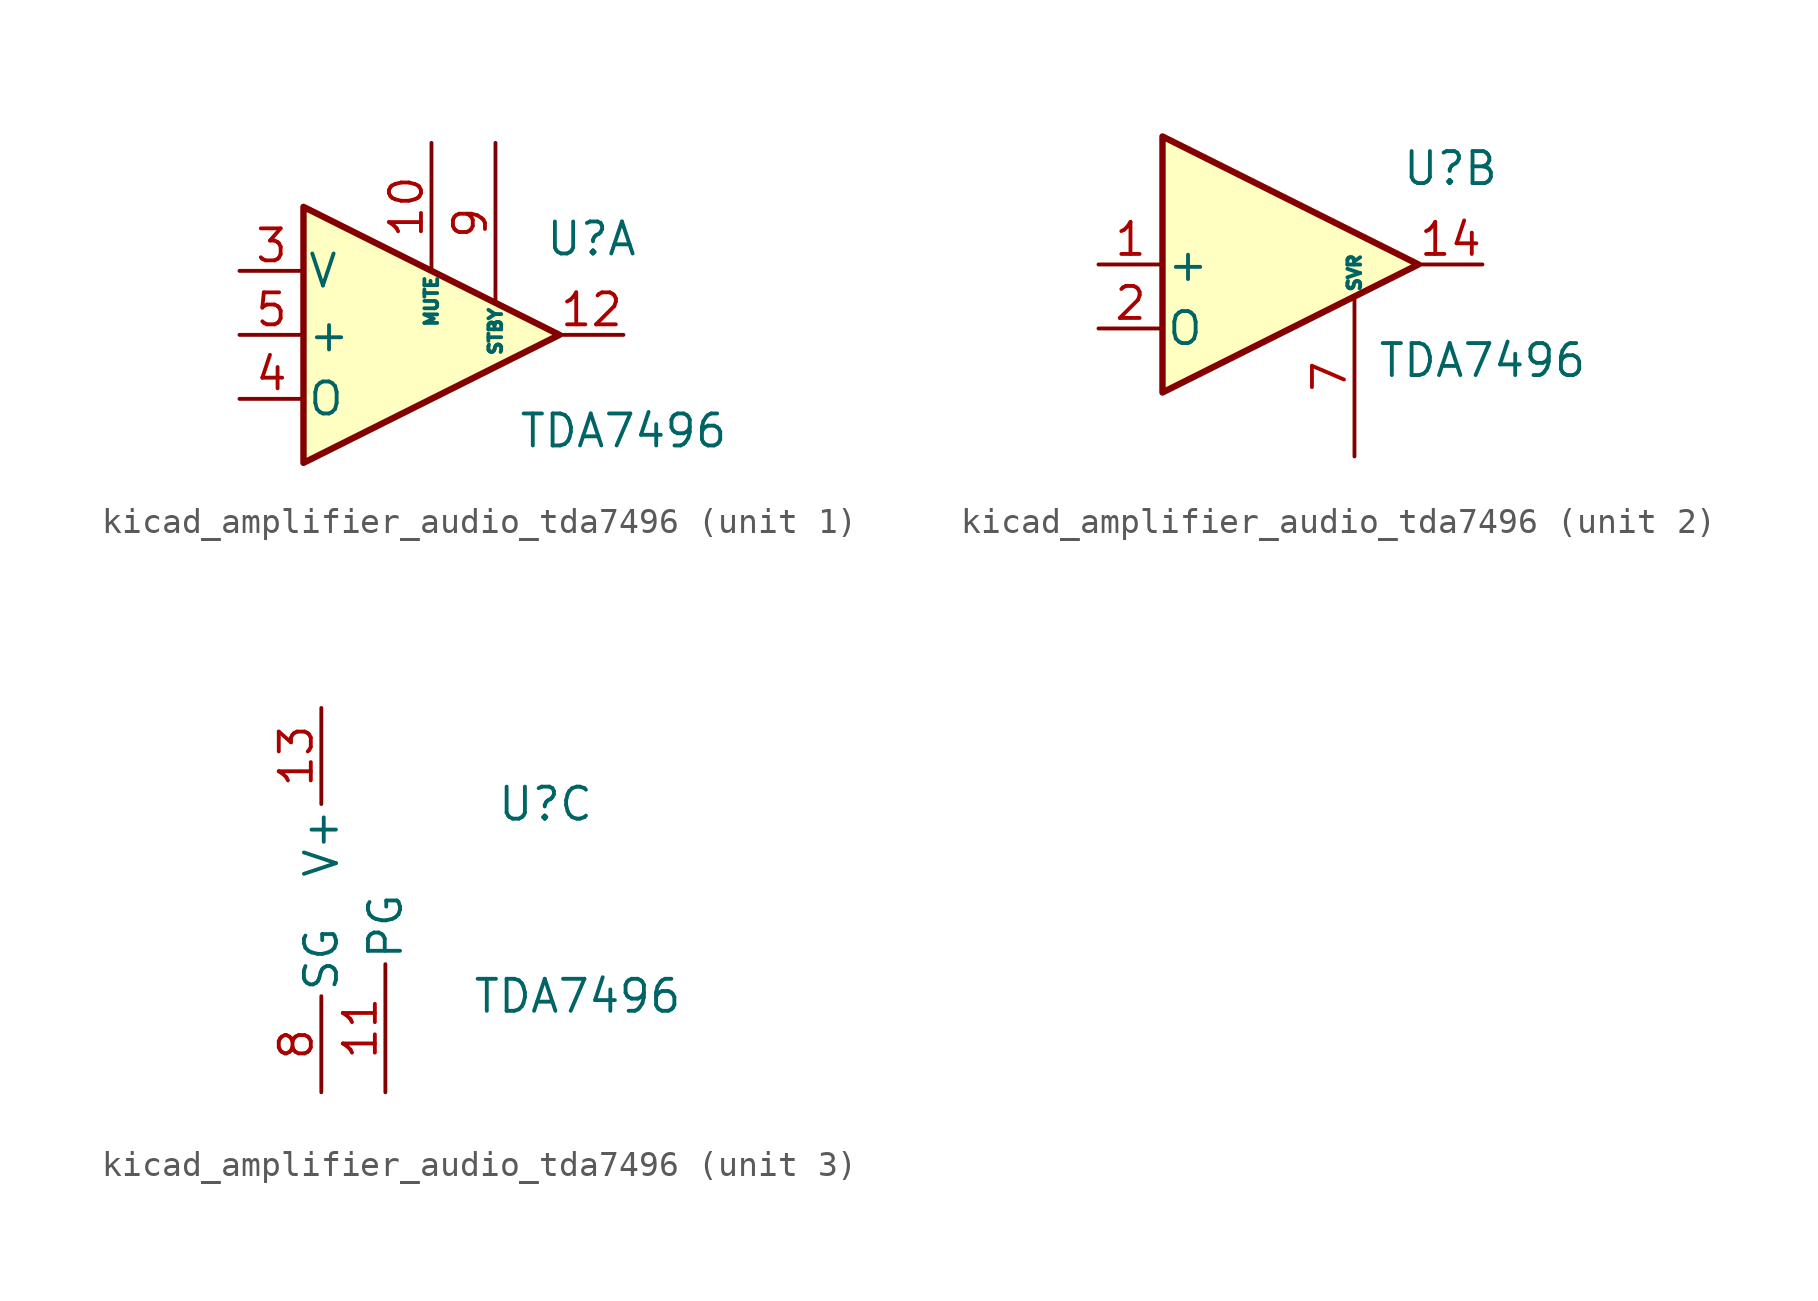
<source format=kicad_sym>
(kicad_symbol_lib
  (version 20220914)
  (generator kicad_symbol_editor)
  (symbol "kicad_amplifier_audio_tda7496"
    (pin_names
      (offset 0.127))
    (property "Reference" "U"
      (at 6.35 3.81 0)
      (effects (font (size 1.27 1.27))))
    (property "Value" "TDA7496"
      (at 7.62 -3.81 0)
      (effects (font (size 1.27 1.27))))
    (property "ki_locked" ""
      (at 0 0 0)
      (effects (font (size 1.27 1.27))))
    (symbol "kicad_amplifier_audio_tda7496_1_1"
      (polyline (pts (xy 5.08 0) (xy -5.08 5.08) (xy -5.08 -5.08) (xy 5.08 0)) (stroke (width 0.254) (type default)) (fill (type background)))
      (pin input line (at 0 7.62 270) (length 5.08) (name "MUTE" (effects (font (size 0.508 0.508)))) (number "10" (effects (font (size 1.27 1.27)))))
      (pin output line (at 7.62 0 180) (length 2.54) (name "~" (effects (font (size 1.27 1.27)))) (number "12" (effects (font (size 1.27 1.27)))))
      (pin input line (at -7.62 2.54 0) (length 2.54) (name "V" (effects (font (size 1.27 1.27)))) (number "3" (effects (font (size 1.27 1.27)))))
      (pin output line (at -7.62 -2.54 0) (length 2.54) (name "O" (effects (font (size 1.27 1.27)))) (number "4" (effects (font (size 1.27 1.27)))))
      (pin input line (at -7.62 0 0) (length 2.54) (name "+" (effects (font (size 1.27 1.27)))) (number "5" (effects (font (size 1.27 1.27)))))
      (pin no_connect line (at 0 2.54 270) (length 2.54) hide (name "NC" (effects (font (size 1.27 1.27)))) (number "6" (effects (font (size 1.27 1.27)))))
      (pin input line (at 2.54 7.62 270) (length 6.35) (name "STBY" (effects (font (size 0.508 0.508)))) (number "9" (effects (font (size 1.27 1.27))))))
    (symbol "kicad_amplifier_audio_tda7496_2_1"
      (polyline (pts (xy 5.08 0) (xy -5.08 5.08) (xy -5.08 -5.08) (xy 5.08 0)) (stroke (width 0.254) (type default)) (fill (type background)))
      (pin input line (at -7.62 0 0) (length 2.54) (name "+" (effects (font (size 1.27 1.27)))) (number "1" (effects (font (size 1.27 1.27)))))
      (pin output line (at 7.62 0 180) (length 2.54) (name "~" (effects (font (size 1.27 1.27)))) (number "14" (effects (font (size 1.27 1.27)))))
      (pin output line (at -7.62 -2.54 0) (length 2.54) (name "O" (effects (font (size 1.27 1.27)))) (number "2" (effects (font (size 1.27 1.27)))))
      (pin passive line (at 2.54 -7.62 90) (length 6.35) (name "SVR" (effects (font (size 0.508 0.508)))) (number "7" (effects (font (size 1.27 1.27))))))
    (symbol "kicad_amplifier_audio_tda7496_3_1"
      (pin power_in line (at 0 -7.62 90) (length 5.08) (name "PG" (effects (font (size 1.27 1.27)))) (number "11" (effects (font (size 1.27 1.27)))))
      (pin power_in line (at -2.54 7.62 270) (length 3.81) (name "V+" (effects (font (size 1.27 1.27)))) (number "13" (effects (font (size 1.27 1.27)))))
      (pin passive line (at 0 -7.62 90) (length 5.08) hide (name "PG" (effects (font (size 1.27 1.27)))) (number "15" (effects (font (size 1.27 1.27)))))
      (pin power_in line (at -2.54 -7.62 90) (length 3.81) (name "SG" (effects (font (size 1.27 1.27)))) (number "8" (effects (font (size 1.27 1.27))))))))
</source>
